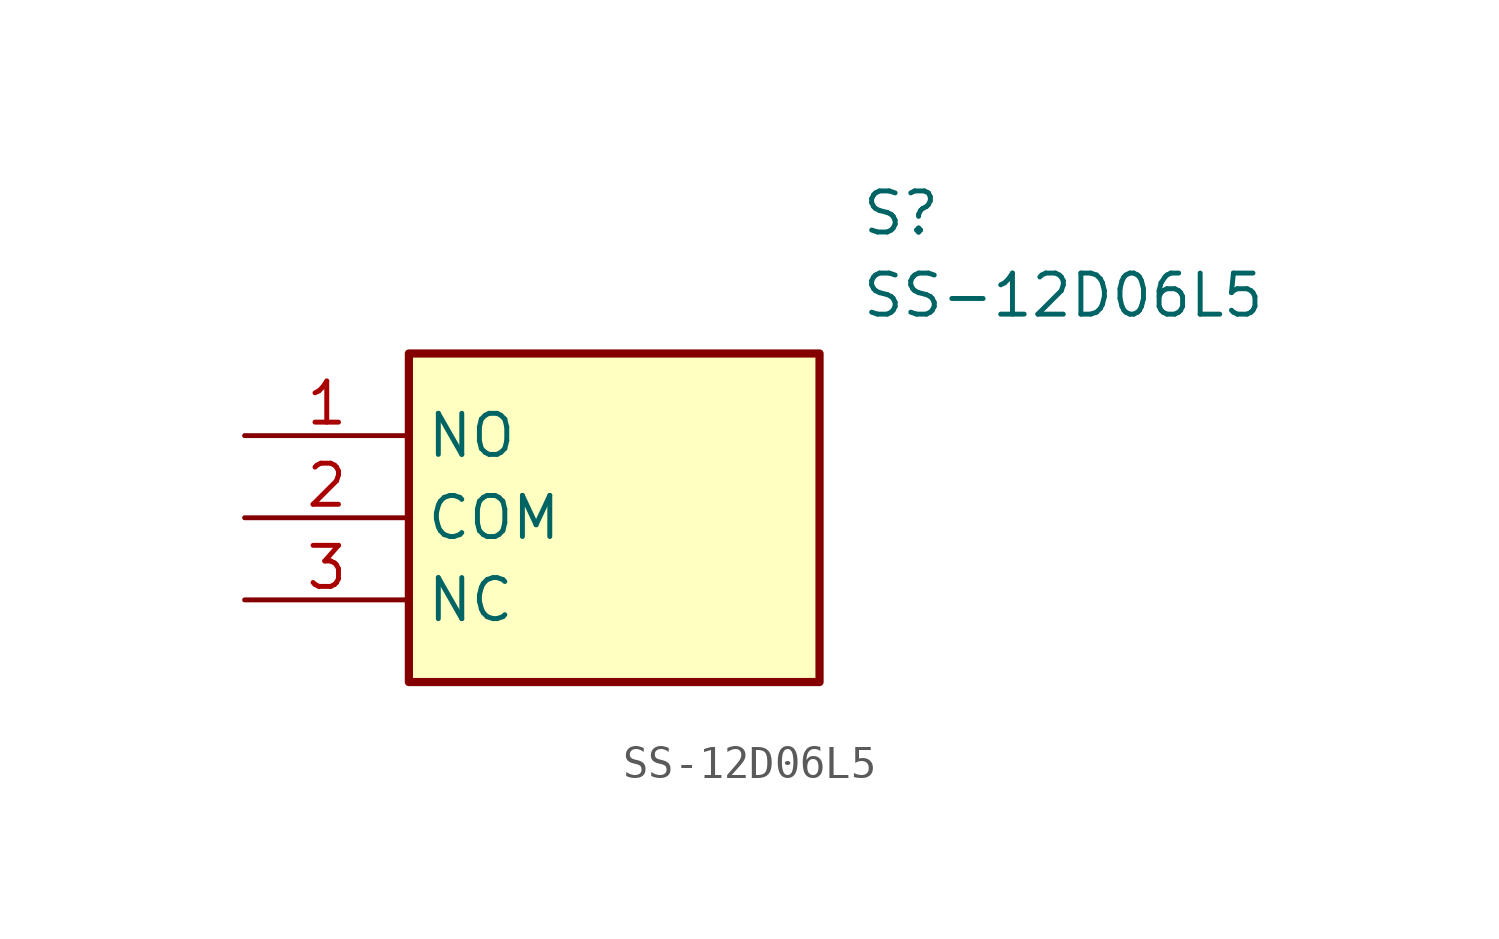
<source format=kicad_sym>
(kicad_symbol_lib
  (version 20241209)
  (generator "kicad_symbol_editor")
  (generator_version "9.0")
  (symbol "SS-12D06L5"
    (property "Reference" "S"
      (at 7.62 10.16 0)
      (effects (font (size 1.27 1.27)) (justify left top)))
    (property "Value" "SS-12D06L5"
      (at 7.62 7.62 0)
      (effects (font (size 1.27 1.27)) (justify left top)))
    (symbol "SS-12D06L5_1_1"
      (rectangle (start -6.35 5.08) (end 6.35 -5.08) (stroke (width 0.254) (type default)) (fill (type background)))
      (pin passive line (at -11.43 2.54 0) (length 5.08) (name "NO" (effects (font (size 1.27 1.27)))) (number "1" (effects (font (size 1.27 1.27)))))
      (pin passive line (at -11.43 0 0) (length 5.08) (name "COM" (effects (font (size 1.27 1.27)))) (number "2" (effects (font (size 1.27 1.27)))))
      (pin passive line (at -11.43 -2.54 0) (length 5.08) (name "NC" (effects (font (size 1.27 1.27)))) (number "3" (effects (font (size 1.27 1.27))))))))
</source>
